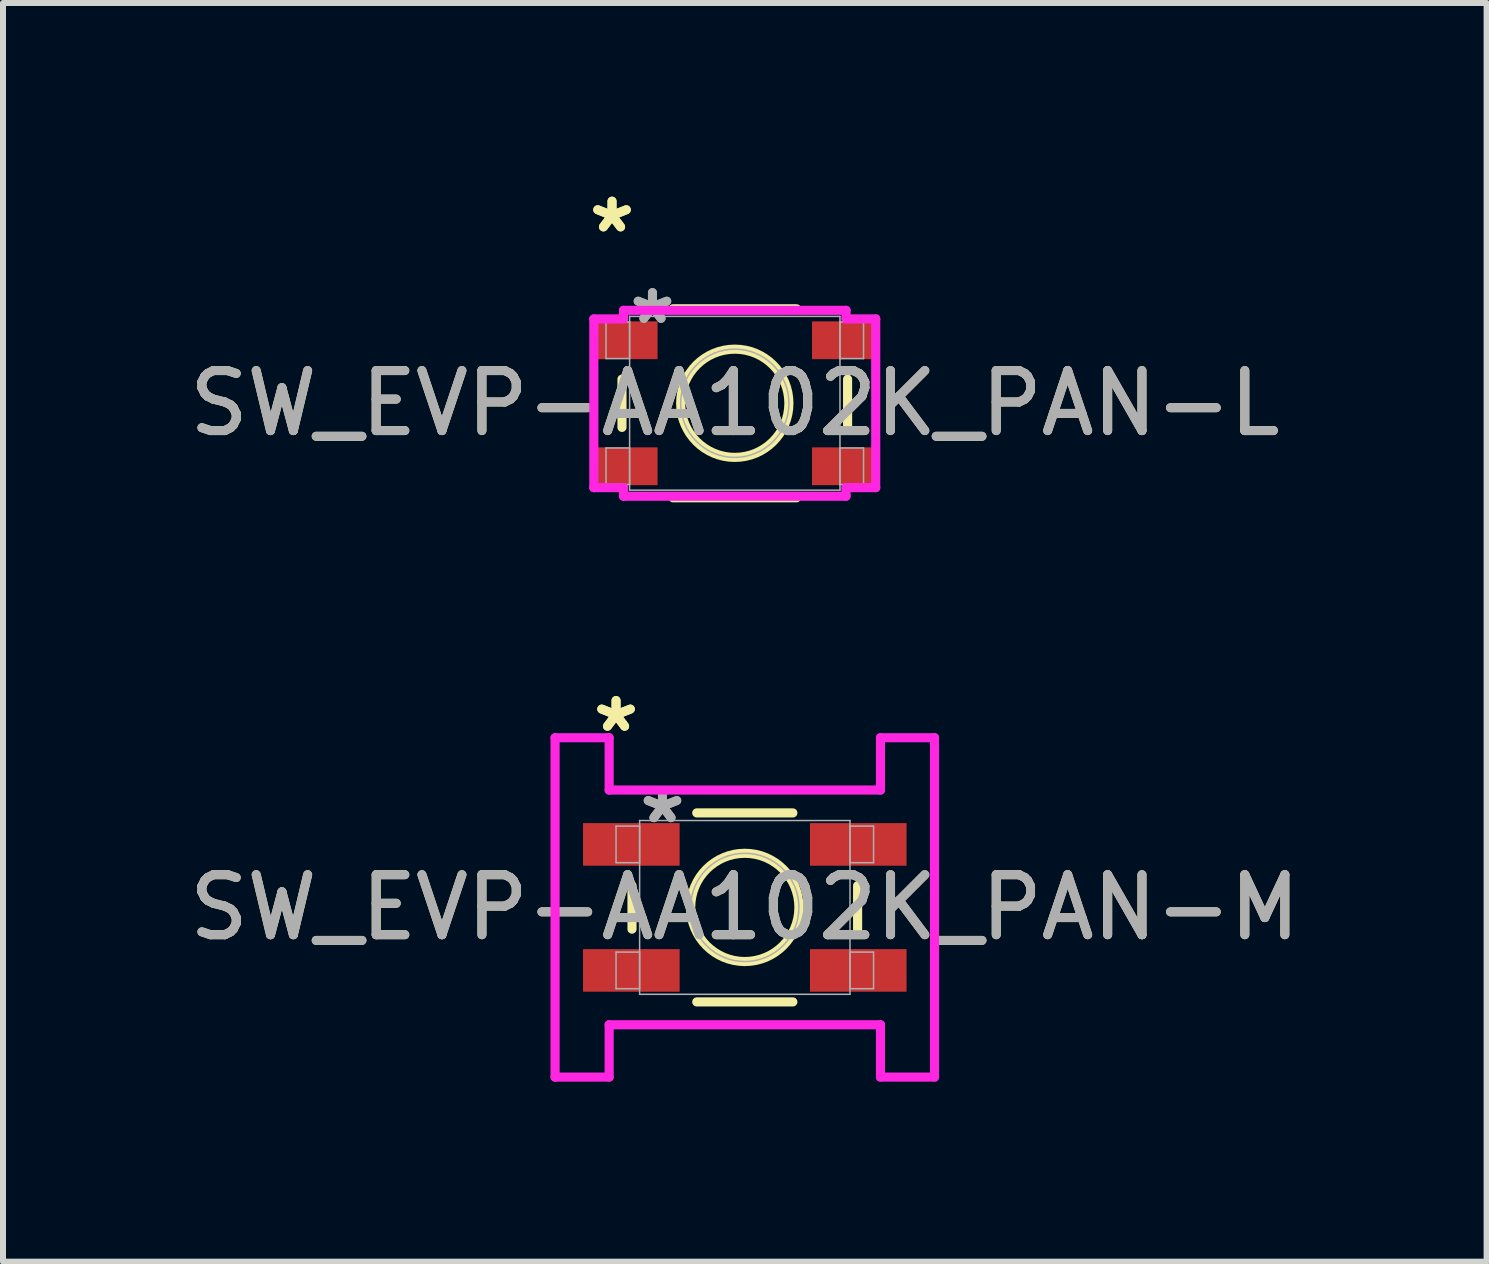
<source format=kicad_pcb>
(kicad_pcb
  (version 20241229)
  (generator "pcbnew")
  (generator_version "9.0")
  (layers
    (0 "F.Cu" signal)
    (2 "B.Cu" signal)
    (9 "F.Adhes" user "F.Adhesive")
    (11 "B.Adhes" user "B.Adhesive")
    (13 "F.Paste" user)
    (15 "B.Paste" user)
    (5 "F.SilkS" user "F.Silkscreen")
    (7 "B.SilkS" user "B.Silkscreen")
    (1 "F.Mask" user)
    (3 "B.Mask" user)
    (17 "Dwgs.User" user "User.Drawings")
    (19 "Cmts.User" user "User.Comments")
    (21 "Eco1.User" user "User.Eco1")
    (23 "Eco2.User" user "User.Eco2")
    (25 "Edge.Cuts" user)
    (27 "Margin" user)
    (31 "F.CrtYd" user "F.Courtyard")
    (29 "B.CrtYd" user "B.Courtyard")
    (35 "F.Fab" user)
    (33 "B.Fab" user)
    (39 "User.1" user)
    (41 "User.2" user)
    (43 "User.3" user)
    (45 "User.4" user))
  (footprint "SW_EVP-AA102K_PAN-L"
    (layer "F.Cu")
    (at 9.196 3.671)
    (property "Reference" "SW_EVP-AA102K_PAN-L" (at 0 0 0) (unlocked yes) (layer "F.SilkS") (effects (font (size 1 1) (thickness 0.15))))
    (attr smd)
    (fp_line (start -1.88 -0.402) (end -1.88 0.402) (stroke (width 0.152) (type solid)) (layer "F.SilkS"))
    (fp_line (start -1.029 1.575) (end 1.029 1.575) (stroke (width 0.152) (type solid)) (layer "F.SilkS"))
    (fp_line (start 1.029 -1.575) (end -1.029 -1.575) (stroke (width 0.152) (type solid)) (layer "F.SilkS"))
    (fp_line (start 1.88 0.402) (end 1.88 -0.402) (stroke (width 0.152) (type solid)) (layer "F.SilkS"))
    (fp_circle (center 0 0) (end 0.902 0) (stroke (width 0.152) (type solid)) (fill no) (layer "F.SilkS"))
    (fp_line (start -2.349 -1.406) (end -1.854 -1.406) (stroke (width 0.152) (type solid)) (layer "F.CrtYd"))
    (fp_line (start -2.349 1.406) (end -2.349 -1.406) (stroke (width 0.152) (type solid)) (layer "F.CrtYd"))
    (fp_line (start -1.854 -1.549) (end 1.854 -1.549) (stroke (width 0.152) (type solid)) (layer "F.CrtYd"))
    (fp_line (start -1.854 -1.406) (end -1.854 -1.549) (stroke (width 0.152) (type solid)) (layer "F.CrtYd"))
    (fp_line (start -1.854 1.406) (end -2.349 1.406) (stroke (width 0.152) (type solid)) (layer "F.CrtYd"))
    (fp_line (start -1.854 1.549) (end -1.854 1.406) (stroke (width 0.152) (type solid)) (layer "F.CrtYd"))
    (fp_line (start 1.854 -1.549) (end 1.854 -1.406) (stroke (width 0.152) (type solid)) (layer "F.CrtYd"))
    (fp_line (start 1.854 -1.406) (end 2.349 -1.406) (stroke (width 0.152) (type solid)) (layer "F.CrtYd"))
    (fp_line (start 1.854 1.406) (end 1.854 1.549) (stroke (width 0.152) (type solid)) (layer "F.CrtYd"))
    (fp_line (start 1.854 1.549) (end -1.854 1.549) (stroke (width 0.152) (type solid)) (layer "F.CrtYd"))
    (fp_line (start 2.349 -1.406) (end 2.349 1.406) (stroke (width 0.152) (type solid)) (layer "F.CrtYd"))
    (fp_line (start 2.349 1.406) (end 1.854 1.406) (stroke (width 0.152) (type solid)) (layer "F.CrtYd"))
    (fp_line (start -2.146 -1.355) (end -2.146 -0.745) (stroke (width 0.025) (type solid)) (layer "F.Fab"))
    (fp_line (start -2.146 -0.745) (end -1.753 -0.745) (stroke (width 0.025) (type solid)) (layer "F.Fab"))
    (fp_line (start -2.146 0.745) (end -2.146 1.355) (stroke (width 0.025) (type solid)) (layer "F.Fab"))
    (fp_line (start -2.146 1.355) (end -1.753 1.355) (stroke (width 0.025) (type solid)) (layer "F.Fab"))
    (fp_line (start -1.753 -1.448) (end -1.753 1.448) (stroke (width 0.025) (type solid)) (layer "F.Fab"))
    (fp_line (start -1.753 -1.355) (end -2.146 -1.355) (stroke (width 0.025) (type solid)) (layer "F.Fab"))
    (fp_line (start -1.753 -0.745) (end -1.753 -1.355) (stroke (width 0.025) (type solid)) (layer "F.Fab"))
    (fp_line (start -1.753 0.745) (end -2.146 0.745) (stroke (width 0.025) (type solid)) (layer "F.Fab"))
    (fp_line (start -1.753 1.355) (end -1.753 0.745) (stroke (width 0.025) (type solid)) (layer "F.Fab"))
    (fp_line (start -1.753 1.448) (end 1.753 1.448) (stroke (width 0.025) (type solid)) (layer "F.Fab"))
    (fp_line (start 1.753 -1.448) (end -1.753 -1.448) (stroke (width 0.025) (type solid)) (layer "F.Fab"))
    (fp_line (start 1.753 -1.355) (end 1.753 -0.745) (stroke (width 0.025) (type solid)) (layer "F.Fab"))
    (fp_line (start 1.753 -0.745) (end 2.146 -0.745) (stroke (width 0.025) (type solid)) (layer "F.Fab"))
    (fp_line (start 1.753 0.745) (end 1.753 1.355) (stroke (width 0.025) (type solid)) (layer "F.Fab"))
    (fp_line (start 1.753 1.355) (end 2.146 1.355) (stroke (width 0.025) (type solid)) (layer "F.Fab"))
    (fp_line (start 1.753 1.448) (end 1.753 -1.448) (stroke (width 0.025) (type solid)) (layer "F.Fab"))
    (fp_line (start 2.146 -1.355) (end 1.753 -1.355) (stroke (width 0.025) (type solid)) (layer "F.Fab"))
    (fp_line (start 2.146 -0.745) (end 2.146 -1.355) (stroke (width 0.025) (type solid)) (layer "F.Fab"))
    (fp_line (start 2.146 0.745) (end 1.753 0.745) (stroke (width 0.025) (type solid)) (layer "F.Fab"))
    (fp_line (start 2.146 1.355) (end 2.146 0.745) (stroke (width 0.025) (type solid)) (layer "F.Fab"))
    (fp_circle (center 0 0) (end 0.902 0) (stroke (width 0.025) (type solid)) (fill no) (layer "F.Fab"))
    (fp_text user "*" (at -2.046 -2.823 0) (layer "F.SilkS") (effects (font (size 1 1) (thickness 0.15))))
    (fp_text user "*" (at -2.046 -2.823 0) (unlocked yes) (layer "F.SilkS") (effects (font (size 1 1) (thickness 0.15))))
    (fp_text user "${REFERENCE}" (at 0 0 0) (unlocked yes) (layer "F.Fab") (effects (font (size 1 1) (thickness 0.15))))
    (fp_text user "*" (at -1.372 -1.299 0) (unlocked yes) (layer "F.Fab") (effects (font (size 1 1) (thickness 0.15))))
    (fp_text user "*" (at -1.372 -1.299 0) (layer "F.Fab") (effects (font (size 1 1) (thickness 0.15))))
    (pad "1" smd rect (at -1.792 -1.05) (size 1.01 0.63) (layers "F.Cu" "F.Mask" "F.Paste"))
    (pad "2" smd rect (at -1.792 1.05) (size 1.01 0.63) (layers "F.Cu" "F.Mask" "F.Paste"))
    (pad "3" smd rect (at 1.792 1.05) (size 1.01 0.63) (layers "F.Cu" "F.Mask" "F.Paste"))
    (pad "4" smd rect (at 1.792 -1.05) (size 1.01 0.63) (layers "F.Cu" "F.Mask" "F.Paste")))
  (footprint "SW_EVP-AA102K_PAN-M"
    (layer "F.Cu")
    (at 9.363 12.073)
    (property "Reference" "SW_EVP-AA102K_PAN-M" (at 0 0 0) (unlocked yes) (layer "F.SilkS") (effects (font (size 1 1) (thickness 0.15))))
    (attr smd)
    (fp_line (start -1.88 -0.362) (end -1.88 0.362) (stroke (width 0.152) (type solid)) (layer "F.SilkS"))
    (fp_line (start -0.801 1.575) (end 0.801 1.575) (stroke (width 0.152) (type solid)) (layer "F.SilkS"))
    (fp_line (start 0.801 -1.575) (end -0.801 -1.575) (stroke (width 0.152) (type solid)) (layer "F.SilkS"))
    (fp_line (start 1.88 0.362) (end 1.88 -0.362) (stroke (width 0.152) (type solid)) (layer "F.SilkS"))
    (fp_circle (center 0 0) (end 0.902 0) (stroke (width 0.152) (type solid)) (fill no) (layer "F.SilkS"))
    (fp_line (start -3.162 -2.828) (end -2.261 -2.828) (stroke (width 0.152) (type solid)) (layer "F.CrtYd"))
    (fp_line (start -3.162 2.828) (end -3.162 -2.828) (stroke (width 0.152) (type solid)) (layer "F.CrtYd"))
    (fp_line (start -2.261 -2.828) (end -2.261 -1.956) (stroke (width 0.152) (type solid)) (layer "F.CrtYd"))
    (fp_line (start -2.261 -1.956) (end 2.261 -1.956) (stroke (width 0.152) (type solid)) (layer "F.CrtYd"))
    (fp_line (start -2.261 1.956) (end -2.261 2.828) (stroke (width 0.152) (type solid)) (layer "F.CrtYd"))
    (fp_line (start -2.261 2.828) (end -3.162 2.828) (stroke (width 0.152) (type solid)) (layer "F.CrtYd"))
    (fp_line (start 2.261 -2.828) (end 3.162 -2.828) (stroke (width 0.152) (type solid)) (layer "F.CrtYd"))
    (fp_line (start 2.261 -1.956) (end 2.261 -2.828) (stroke (width 0.152) (type solid)) (layer "F.CrtYd"))
    (fp_line (start 2.261 1.956) (end -2.261 1.956) (stroke (width 0.152) (type solid)) (layer "F.CrtYd"))
    (fp_line (start 2.261 2.828) (end 2.261 1.956) (stroke (width 0.152) (type solid)) (layer "F.CrtYd"))
    (fp_line (start 3.162 -2.828) (end 3.162 2.828) (stroke (width 0.152) (type solid)) (layer "F.CrtYd"))
    (fp_line (start 3.162 2.828) (end 2.261 2.828) (stroke (width 0.152) (type solid)) (layer "F.CrtYd"))
    (fp_line (start -2.146 -1.355) (end -2.146 -0.745) (stroke (width 0.025) (type solid)) (layer "F.Fab"))
    (fp_line (start -2.146 -0.745) (end -1.753 -0.745) (stroke (width 0.025) (type solid)) (layer "F.Fab"))
    (fp_line (start -2.146 0.745) (end -2.146 1.355) (stroke (width 0.025) (type solid)) (layer "F.Fab"))
    (fp_line (start -2.146 1.355) (end -1.753 1.355) (stroke (width 0.025) (type solid)) (layer "F.Fab"))
    (fp_line (start -1.753 -1.448) (end -1.753 1.448) (stroke (width 0.025) (type solid)) (layer "F.Fab"))
    (fp_line (start -1.753 -1.355) (end -2.146 -1.355) (stroke (width 0.025) (type solid)) (layer "F.Fab"))
    (fp_line (start -1.753 -0.745) (end -1.753 -1.355) (stroke (width 0.025) (type solid)) (layer "F.Fab"))
    (fp_line (start -1.753 0.745) (end -2.146 0.745) (stroke (width 0.025) (type solid)) (layer "F.Fab"))
    (fp_line (start -1.753 1.355) (end -1.753 0.745) (stroke (width 0.025) (type solid)) (layer "F.Fab"))
    (fp_line (start -1.753 1.448) (end 1.753 1.448) (stroke (width 0.025) (type solid)) (layer "F.Fab"))
    (fp_line (start 1.753 -1.448) (end -1.753 -1.448) (stroke (width 0.025) (type solid)) (layer "F.Fab"))
    (fp_line (start 1.753 -1.355) (end 1.753 -0.745) (stroke (width 0.025) (type solid)) (layer "F.Fab"))
    (fp_line (start 1.753 -0.745) (end 2.146 -0.745) (stroke (width 0.025) (type solid)) (layer "F.Fab"))
    (fp_line (start 1.753 0.745) (end 1.753 1.355) (stroke (width 0.025) (type solid)) (layer "F.Fab"))
    (fp_line (start 1.753 1.355) (end 2.146 1.355) (stroke (width 0.025) (type solid)) (layer "F.Fab"))
    (fp_line (start 1.753 1.448) (end 1.753 -1.448) (stroke (width 0.025) (type solid)) (layer "F.Fab"))
    (fp_line (start 2.146 -1.355) (end 1.753 -1.355) (stroke (width 0.025) (type solid)) (layer "F.Fab"))
    (fp_line (start 2.146 -0.745) (end 2.146 -1.355) (stroke (width 0.025) (type solid)) (layer "F.Fab"))
    (fp_line (start 2.146 0.745) (end 1.753 0.745) (stroke (width 0.025) (type solid)) (layer "F.Fab"))
    (fp_line (start 2.146 1.355) (end 2.146 0.745) (stroke (width 0.025) (type solid)) (layer "F.Fab"))
    (fp_circle (center 0 0) (end 0.902 0) (stroke (width 0.025) (type solid)) (fill no) (layer "F.Fab"))
    (fp_text user "*" (at -2.146 -2.903 0) (layer "F.SilkS") (effects (font (size 1 1) (thickness 0.15))))
    (fp_text user "*" (at -2.146 -2.903 0) (unlocked yes) (layer "F.SilkS") (effects (font (size 1 1) (thickness 0.15))))
    (fp_text user "*" (at -1.372 -1.379 0) (layer "F.Fab") (effects (font (size 1 1) (thickness 0.15))))
    (fp_text user "*" (at -1.372 -1.379 0) (unlocked yes) (layer "F.Fab") (effects (font (size 1 1) (thickness 0.15))))
    (fp_text user "${REFERENCE}" (at 0 0 0) (unlocked yes) (layer "F.Fab") (effects (font (size 1 1) (thickness 0.15))))
    (pad "1" smd rect (at -1.891 -1.05) (size 1.61 0.71) (layers "F.Cu" "F.Mask" "F.Paste"))
    (pad "2" smd rect (at -1.891 1.05) (size 1.61 0.71) (layers "F.Cu" "F.Mask" "F.Paste"))
    (pad "3" smd rect (at 1.891 1.05) (size 1.61 0.71) (layers "F.Cu" "F.Mask" "F.Paste"))
    (pad "4" smd rect (at 1.891 -1.05) (size 1.61 0.71) (layers "F.Cu" "F.Mask" "F.Paste")))
  (gr_rect
    (start -3 -3)
    (end 21.726 17.977)
    (stroke (width 0.1) (type default))
    (fill no)
    (layer "Edge.Cuts")))
</source>
